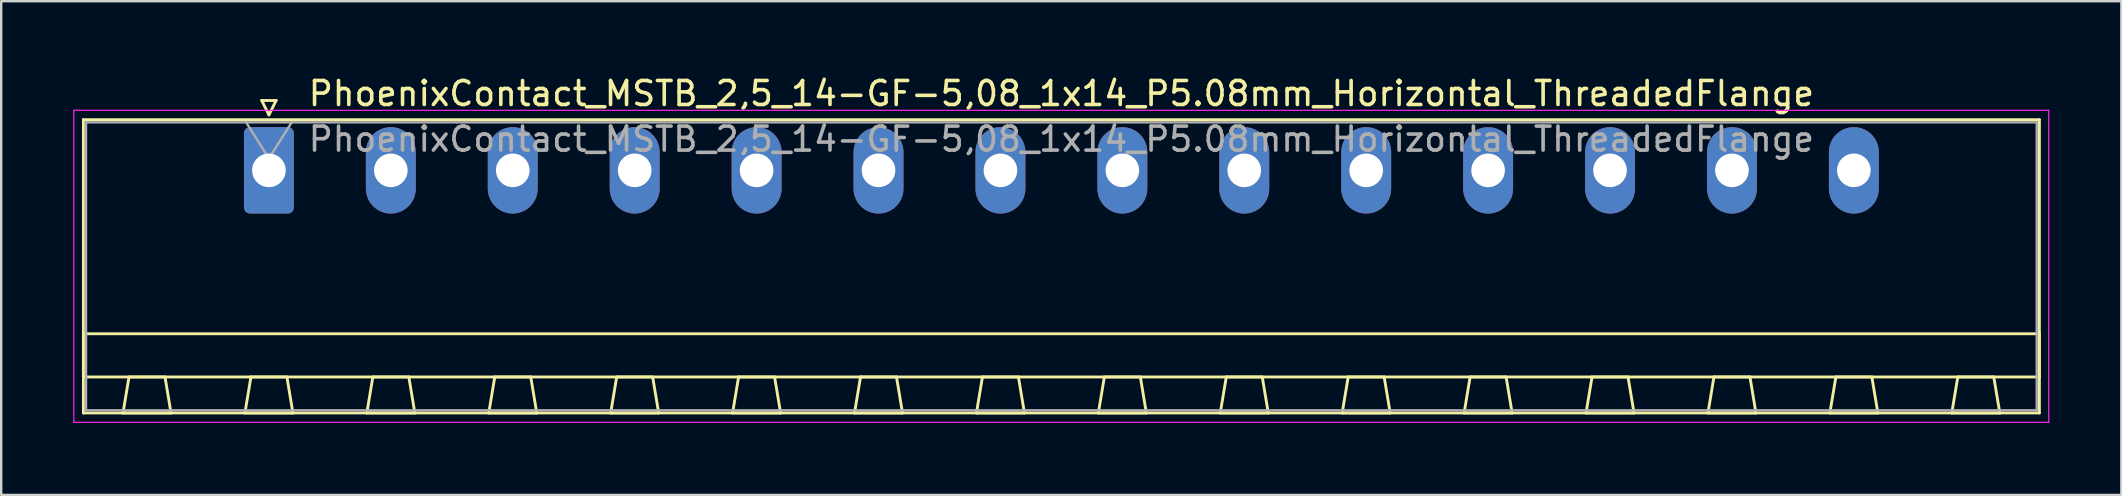
<source format=kicad_pcb>
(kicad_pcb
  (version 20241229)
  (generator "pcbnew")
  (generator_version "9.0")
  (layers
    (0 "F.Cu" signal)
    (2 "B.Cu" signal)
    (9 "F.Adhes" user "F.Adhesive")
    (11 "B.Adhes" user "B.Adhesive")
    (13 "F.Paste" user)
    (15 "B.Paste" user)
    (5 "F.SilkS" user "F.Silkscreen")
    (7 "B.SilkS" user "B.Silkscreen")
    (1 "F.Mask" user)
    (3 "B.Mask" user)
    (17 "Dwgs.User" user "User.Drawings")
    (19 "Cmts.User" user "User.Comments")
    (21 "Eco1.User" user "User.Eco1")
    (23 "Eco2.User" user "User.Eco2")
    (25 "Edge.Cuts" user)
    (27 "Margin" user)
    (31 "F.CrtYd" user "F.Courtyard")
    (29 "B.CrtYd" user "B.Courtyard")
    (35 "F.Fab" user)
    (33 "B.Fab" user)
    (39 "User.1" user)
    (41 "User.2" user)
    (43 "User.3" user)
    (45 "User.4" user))
  (footprint "PhoenixContact_MSTB_2,5_14-GF-5,08_1x14_P5.08mm_Horizontal_ThreadedFlange"
    (layer "F.Cu")
    (at 8.155 4.048)
    (property "Reference" "PhoenixContact_MSTB_2,5_14-GF-5,08_1x14_P5.08mm_Horizontal_ThreadedFlange" (at 33.02 -3.2 0) (layer "F.SilkS") (effects (font (size 1 1) (thickness 0.15))))
    (attr through_hole)
    (fp_line (start -7.73 -2.11) (end -7.73 10.11) (stroke (width 0.12) (type solid)) (layer "F.SilkS"))
    (fp_line (start -7.73 6.81) (end 73.77 6.81) (stroke (width 0.12) (type solid)) (layer "F.SilkS"))
    (fp_line (start -7.73 8.61) (end -7.73 6.81) (stroke (width 0.12) (type solid)) (layer "F.SilkS"))
    (fp_line (start -7.73 10.11) (end 73.77 10.11) (stroke (width 0.12) (type solid)) (layer "F.SilkS"))
    (fp_line (start -6.08 10.11) (end -4.08 10.11) (stroke (width 0.12) (type solid)) (layer "F.SilkS"))
    (fp_line (start -5.83 8.61) (end -6.08 10.11) (stroke (width 0.12) (type solid)) (layer "F.SilkS"))
    (fp_line (start -4.33 8.61) (end -5.83 8.61) (stroke (width 0.12) (type solid)) (layer "F.SilkS"))
    (fp_line (start -4.08 10.11) (end -4.33 8.61) (stroke (width 0.12) (type solid)) (layer "F.SilkS"))
    (fp_line (start -1 10.11) (end 1 10.11) (stroke (width 0.12) (type solid)) (layer "F.SilkS"))
    (fp_line (start -0.75 8.61) (end -1 10.11) (stroke (width 0.12) (type solid)) (layer "F.SilkS"))
    (fp_line (start -0.3 -2.91) (end 0.3 -2.91) (stroke (width 0.12) (type solid)) (layer "F.SilkS"))
    (fp_line (start 0 -2.31) (end -0.3 -2.91) (stroke (width 0.12) (type solid)) (layer "F.SilkS"))
    (fp_line (start 0.3 -2.91) (end 0 -2.31) (stroke (width 0.12) (type solid)) (layer "F.SilkS"))
    (fp_line (start 0.75 8.61) (end -0.75 8.61) (stroke (width 0.12) (type solid)) (layer "F.SilkS"))
    (fp_line (start 1 10.11) (end 0.75 8.61) (stroke (width 0.12) (type solid)) (layer "F.SilkS"))
    (fp_line (start 4.08 10.11) (end 6.08 10.11) (stroke (width 0.12) (type solid)) (layer "F.SilkS"))
    (fp_line (start 4.33 8.61) (end 4.08 10.11) (stroke (width 0.12) (type solid)) (layer "F.SilkS"))
    (fp_line (start 5.83 8.61) (end 4.33 8.61) (stroke (width 0.12) (type solid)) (layer "F.SilkS"))
    (fp_line (start 6.08 10.11) (end 5.83 8.61) (stroke (width 0.12) (type solid)) (layer "F.SilkS"))
    (fp_line (start 9.16 10.11) (end 11.16 10.11) (stroke (width 0.12) (type solid)) (layer "F.SilkS"))
    (fp_line (start 9.41 8.61) (end 9.16 10.11) (stroke (width 0.12) (type solid)) (layer "F.SilkS"))
    (fp_line (start 10.91 8.61) (end 9.41 8.61) (stroke (width 0.12) (type solid)) (layer "F.SilkS"))
    (fp_line (start 11.16 10.11) (end 10.91 8.61) (stroke (width 0.12) (type solid)) (layer "F.SilkS"))
    (fp_line (start 14.24 10.11) (end 16.24 10.11) (stroke (width 0.12) (type solid)) (layer "F.SilkS"))
    (fp_line (start 14.49 8.61) (end 14.24 10.11) (stroke (width 0.12) (type solid)) (layer "F.SilkS"))
    (fp_line (start 15.99 8.61) (end 14.49 8.61) (stroke (width 0.12) (type solid)) (layer "F.SilkS"))
    (fp_line (start 16.24 10.11) (end 15.99 8.61) (stroke (width 0.12) (type solid)) (layer "F.SilkS"))
    (fp_line (start 19.32 10.11) (end 21.32 10.11) (stroke (width 0.12) (type solid)) (layer "F.SilkS"))
    (fp_line (start 19.57 8.61) (end 19.32 10.11) (stroke (width 0.12) (type solid)) (layer "F.SilkS"))
    (fp_line (start 21.07 8.61) (end 19.57 8.61) (stroke (width 0.12) (type solid)) (layer "F.SilkS"))
    (fp_line (start 21.32 10.11) (end 21.07 8.61) (stroke (width 0.12) (type solid)) (layer "F.SilkS"))
    (fp_line (start 24.4 10.11) (end 26.4 10.11) (stroke (width 0.12) (type solid)) (layer "F.SilkS"))
    (fp_line (start 24.65 8.61) (end 24.4 10.11) (stroke (width 0.12) (type solid)) (layer "F.SilkS"))
    (fp_line (start 26.15 8.61) (end 24.65 8.61) (stroke (width 0.12) (type solid)) (layer "F.SilkS"))
    (fp_line (start 26.4 10.11) (end 26.15 8.61) (stroke (width 0.12) (type solid)) (layer "F.SilkS"))
    (fp_line (start 29.48 10.11) (end 31.48 10.11) (stroke (width 0.12) (type solid)) (layer "F.SilkS"))
    (fp_line (start 29.73 8.61) (end 29.48 10.11) (stroke (width 0.12) (type solid)) (layer "F.SilkS"))
    (fp_line (start 31.23 8.61) (end 29.73 8.61) (stroke (width 0.12) (type solid)) (layer "F.SilkS"))
    (fp_line (start 31.48 10.11) (end 31.23 8.61) (stroke (width 0.12) (type solid)) (layer "F.SilkS"))
    (fp_line (start 34.56 10.11) (end 36.56 10.11) (stroke (width 0.12) (type solid)) (layer "F.SilkS"))
    (fp_line (start 34.81 8.61) (end 34.56 10.11) (stroke (width 0.12) (type solid)) (layer "F.SilkS"))
    (fp_line (start 36.31 8.61) (end 34.81 8.61) (stroke (width 0.12) (type solid)) (layer "F.SilkS"))
    (fp_line (start 36.56 10.11) (end 36.31 8.61) (stroke (width 0.12) (type solid)) (layer "F.SilkS"))
    (fp_line (start 39.64 10.11) (end 41.64 10.11) (stroke (width 0.12) (type solid)) (layer "F.SilkS"))
    (fp_line (start 39.89 8.61) (end 39.64 10.11) (stroke (width 0.12) (type solid)) (layer "F.SilkS"))
    (fp_line (start 41.39 8.61) (end 39.89 8.61) (stroke (width 0.12) (type solid)) (layer "F.SilkS"))
    (fp_line (start 41.64 10.11) (end 41.39 8.61) (stroke (width 0.12) (type solid)) (layer "F.SilkS"))
    (fp_line (start 44.72 10.11) (end 46.72 10.11) (stroke (width 0.12) (type solid)) (layer "F.SilkS"))
    (fp_line (start 44.97 8.61) (end 44.72 10.11) (stroke (width 0.12) (type solid)) (layer "F.SilkS"))
    (fp_line (start 46.47 8.61) (end 44.97 8.61) (stroke (width 0.12) (type solid)) (layer "F.SilkS"))
    (fp_line (start 46.72 10.11) (end 46.47 8.61) (stroke (width 0.12) (type solid)) (layer "F.SilkS"))
    (fp_line (start 49.8 10.11) (end 51.8 10.11) (stroke (width 0.12) (type solid)) (layer "F.SilkS"))
    (fp_line (start 50.05 8.61) (end 49.8 10.11) (stroke (width 0.12) (type solid)) (layer "F.SilkS"))
    (fp_line (start 51.55 8.61) (end 50.05 8.61) (stroke (width 0.12) (type solid)) (layer "F.SilkS"))
    (fp_line (start 51.8 10.11) (end 51.55 8.61) (stroke (width 0.12) (type solid)) (layer "F.SilkS"))
    (fp_line (start 54.88 10.11) (end 56.88 10.11) (stroke (width 0.12) (type solid)) (layer "F.SilkS"))
    (fp_line (start 55.13 8.61) (end 54.88 10.11) (stroke (width 0.12) (type solid)) (layer "F.SilkS"))
    (fp_line (start 56.63 8.61) (end 55.13 8.61) (stroke (width 0.12) (type solid)) (layer "F.SilkS"))
    (fp_line (start 56.88 10.11) (end 56.63 8.61) (stroke (width 0.12) (type solid)) (layer "F.SilkS"))
    (fp_line (start 59.96 10.11) (end 61.96 10.11) (stroke (width 0.12) (type solid)) (layer "F.SilkS"))
    (fp_line (start 60.21 8.61) (end 59.96 10.11) (stroke (width 0.12) (type solid)) (layer "F.SilkS"))
    (fp_line (start 61.71 8.61) (end 60.21 8.61) (stroke (width 0.12) (type solid)) (layer "F.SilkS"))
    (fp_line (start 61.96 10.11) (end 61.71 8.61) (stroke (width 0.12) (type solid)) (layer "F.SilkS"))
    (fp_line (start 65.04 10.11) (end 67.04 10.11) (stroke (width 0.12) (type solid)) (layer "F.SilkS"))
    (fp_line (start 65.29 8.61) (end 65.04 10.11) (stroke (width 0.12) (type solid)) (layer "F.SilkS"))
    (fp_line (start 66.79 8.61) (end 65.29 8.61) (stroke (width 0.12) (type solid)) (layer "F.SilkS"))
    (fp_line (start 67.04 10.11) (end 66.79 8.61) (stroke (width 0.12) (type solid)) (layer "F.SilkS"))
    (fp_line (start 70.12 10.11) (end 72.12 10.11) (stroke (width 0.12) (type solid)) (layer "F.SilkS"))
    (fp_line (start 70.37 8.61) (end 70.12 10.11) (stroke (width 0.12) (type solid)) (layer "F.SilkS"))
    (fp_line (start 71.87 8.61) (end 70.37 8.61) (stroke (width 0.12) (type solid)) (layer "F.SilkS"))
    (fp_line (start 72.12 10.11) (end 71.87 8.61) (stroke (width 0.12) (type solid)) (layer "F.SilkS"))
    (fp_line (start 73.77 -2.11) (end -7.73 -2.11) (stroke (width 0.12) (type solid)) (layer "F.SilkS"))
    (fp_line (start 73.77 6.81) (end 73.77 8.61) (stroke (width 0.12) (type solid)) (layer "F.SilkS"))
    (fp_line (start 73.77 8.61) (end -7.73 8.61) (stroke (width 0.12) (type solid)) (layer "F.SilkS"))
    (fp_line (start 73.77 10.11) (end 73.77 -2.11) (stroke (width 0.12) (type solid)) (layer "F.SilkS"))
    (fp_line (start -8.13 -2.5) (end -8.13 10.5) (stroke (width 0.05) (type solid)) (layer "F.CrtYd"))
    (fp_line (start -8.13 10.5) (end 74.16 10.5) (stroke (width 0.05) (type solid)) (layer "F.CrtYd"))
    (fp_line (start 74.16 -2.5) (end -8.13 -2.5) (stroke (width 0.05) (type solid)) (layer "F.CrtYd"))
    (fp_line (start 74.16 10.5) (end 74.16 -2.5) (stroke (width 0.05) (type solid)) (layer "F.CrtYd"))
    (fp_line (start -7.62 -2) (end -7.62 10) (stroke (width 0.1) (type solid)) (layer "F.Fab"))
    (fp_line (start -7.62 10) (end 73.66 10) (stroke (width 0.1) (type solid)) (layer "F.Fab"))
    (fp_line (start 0 -0.5) (end -0.95 -2) (stroke (width 0.1) (type solid)) (layer "F.Fab"))
    (fp_line (start 0.95 -2) (end 0 -0.5) (stroke (width 0.1) (type solid)) (layer "F.Fab"))
    (fp_line (start 73.66 -2) (end -7.62 -2) (stroke (width 0.1) (type solid)) (layer "F.Fab"))
    (fp_line (start 73.66 10) (end 73.66 -2) (stroke (width 0.1) (type solid)) (layer "F.Fab"))
    (fp_text user "${REFERENCE}" (at 33.02 -1.3 0) (layer "F.Fab") (effects (font (size 1 1) (thickness 0.15))))
    (pad "1" thru_hole roundrect (at 0 0) (size 2.08 3.6) (drill 1.4) (layers "*.Cu" "*.Mask") (roundrect_rratio 0.12))
    (pad "2" thru_hole oval (at 5.08 0) (size 2.08 3.6) (drill 1.4) (layers "*.Cu" "*.Mask"))
    (pad "3" thru_hole oval (at 10.16 0) (size 2.08 3.6) (drill 1.4) (layers "*.Cu" "*.Mask"))
    (pad "4" thru_hole oval (at 15.24 0) (size 2.08 3.6) (drill 1.4) (layers "*.Cu" "*.Mask"))
    (pad "5" thru_hole oval (at 20.32 0) (size 2.08 3.6) (drill 1.4) (layers "*.Cu" "*.Mask"))
    (pad "6" thru_hole oval (at 25.4 0) (size 2.08 3.6) (drill 1.4) (layers "*.Cu" "*.Mask"))
    (pad "7" thru_hole oval (at 30.48 0) (size 2.08 3.6) (drill 1.4) (layers "*.Cu" "*.Mask"))
    (pad "8" thru_hole oval (at 35.56 0) (size 2.08 3.6) (drill 1.4) (layers "*.Cu" "*.Mask"))
    (pad "9" thru_hole oval (at 40.64 0) (size 2.08 3.6) (drill 1.4) (layers "*.Cu" "*.Mask"))
    (pad "10" thru_hole oval (at 45.72 0) (size 2.08 3.6) (drill 1.4) (layers "*.Cu" "*.Mask"))
    (pad "11" thru_hole oval (at 50.8 0) (size 2.08 3.6) (drill 1.4) (layers "*.Cu" "*.Mask"))
    (pad "12" thru_hole oval (at 55.88 0) (size 2.08 3.6) (drill 1.4) (layers "*.Cu" "*.Mask"))
    (pad "13" thru_hole oval (at 60.96 0) (size 2.08 3.6) (drill 1.4) (layers "*.Cu" "*.Mask"))
    (pad "14" thru_hole oval (at 66.04 0) (size 2.08 3.6) (drill 1.4) (layers "*.Cu" "*.Mask")))
  (gr_rect
    (start -3 -3)
    (end 85.34 17.573)
    (stroke (width 0.1) (type default))
    (fill no)
    (layer "Edge.Cuts")))
</source>
